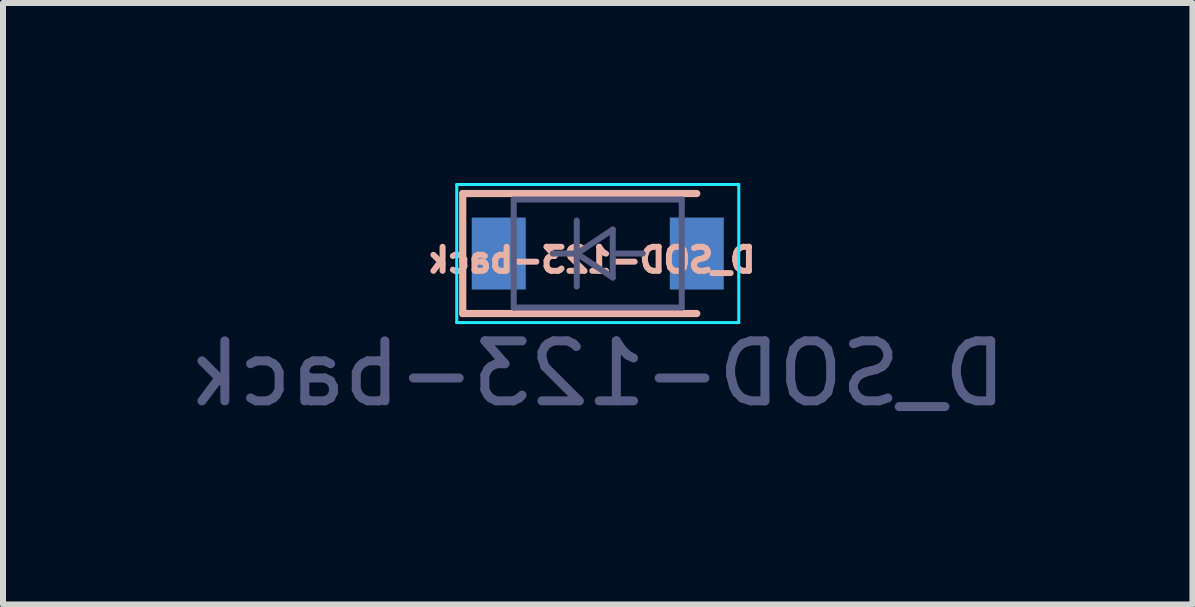
<source format=kicad_pcb>
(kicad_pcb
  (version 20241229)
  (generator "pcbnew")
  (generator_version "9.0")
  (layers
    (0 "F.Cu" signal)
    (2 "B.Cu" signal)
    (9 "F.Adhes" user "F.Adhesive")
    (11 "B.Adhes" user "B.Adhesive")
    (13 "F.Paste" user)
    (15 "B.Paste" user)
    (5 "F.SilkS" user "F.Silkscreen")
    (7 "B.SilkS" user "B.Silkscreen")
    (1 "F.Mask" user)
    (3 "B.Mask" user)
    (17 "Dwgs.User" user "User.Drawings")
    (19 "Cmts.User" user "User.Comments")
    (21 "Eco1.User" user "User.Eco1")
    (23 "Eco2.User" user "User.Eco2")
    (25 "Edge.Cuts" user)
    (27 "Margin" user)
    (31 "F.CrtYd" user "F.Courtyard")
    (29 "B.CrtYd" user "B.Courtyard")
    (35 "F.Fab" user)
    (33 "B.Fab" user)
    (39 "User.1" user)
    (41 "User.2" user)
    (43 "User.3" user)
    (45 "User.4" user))
  (footprint "D_SOD-123-back"
    (layer "F.Cu")
    (at 6.811 0.775)
    (property "Reference" "D_SOD-123-back" (at 0 0.508 180) (layer "B.SilkS") (effects (font (size 0.4 0.4) (thickness 0.1)) (justify mirror)))
    (attr smd)
    (fp_line (start -2.15 -0.6) (end 1.75 -0.6) (stroke (width 0.12) (type solid)) (layer "B.SilkS"))
    (fp_line (start -2.15 1.4) (end -2.15 -0.6) (stroke (width 0.12) (type solid)) (layer "B.SilkS"))
    (fp_line (start -2.15 1.4) (end 1.75 1.4) (stroke (width 0.12) (type solid)) (layer "B.SilkS"))
    (fp_line (start -2.25 1.55) (end -2.25 -0.75) (stroke (width 0.05) (type solid)) (layer "B.CrtYd"))
    (fp_line (start -2.25 1.55) (end 2.45 1.55) (stroke (width 0.05) (type solid)) (layer "B.CrtYd"))
    (fp_line (start 2.45 -0.75) (end -2.25 -0.75) (stroke (width 0.05) (type solid)) (layer "B.CrtYd"))
    (fp_line (start 2.45 1.55) (end 2.45 -0.75) (stroke (width 0.05) (type solid)) (layer "B.CrtYd"))
    (fp_line (start -1.3 -0.5) (end -1.3 1.3) (stroke (width 0.1) (type solid)) (layer "B.Fab"))
    (fp_line (start -1.3 1.3) (end 1.5 1.3) (stroke (width 0.1) (type solid)) (layer "B.Fab"))
    (fp_line (start -0.65 0.4) (end -0.25 0.4) (stroke (width 0.1) (type solid)) (layer "B.Fab"))
    (fp_line (start -0.25 0.4) (end -0.25 -0.15) (stroke (width 0.1) (type solid)) (layer "B.Fab"))
    (fp_line (start -0.25 0.4) (end -0.25 0.95) (stroke (width 0.1) (type solid)) (layer "B.Fab"))
    (fp_line (start -0.25 0.4) (end 0.35 0.8) (stroke (width 0.1) (type solid)) (layer "B.Fab"))
    (fp_line (start 0.35 0) (end -0.25 0.4) (stroke (width 0.1) (type solid)) (layer "B.Fab"))
    (fp_line (start 0.35 0.4) (end 0.85 0.4) (stroke (width 0.1) (type solid)) (layer "B.Fab"))
    (fp_line (start 0.35 0.8) (end 0.35 0) (stroke (width 0.1) (type solid)) (layer "B.Fab"))
    (fp_line (start 1.5 -0.5) (end -1.3 -0.5) (stroke (width 0.1) (type solid)) (layer "B.Fab"))
    (fp_line (start 1.5 1.3) (end 1.5 -0.5) (stroke (width 0.1) (type solid)) (layer "B.Fab"))
    (fp_text user "${REFERENCE}" (at 0.1 2.4 180) (layer "B.Fab") (effects (font (size 1 1) (thickness 0.15)) (justify mirror)))
    (pad "1" smd rect (at -1.55 0.4 180) (size 0.9 1.2) (layers "B.Cu" "B.Mask" "B.Paste"))
    (pad "2" smd rect (at 1.75 0.4 180) (size 0.9 1.2) (layers "B.Cu" "B.Mask" "B.Paste")))
  (gr_rect
    (start -3 -3)
    (end 16.821 7.023)
    (stroke (width 0.1) (type default))
    (fill no)
    (layer "Edge.Cuts")))
</source>
